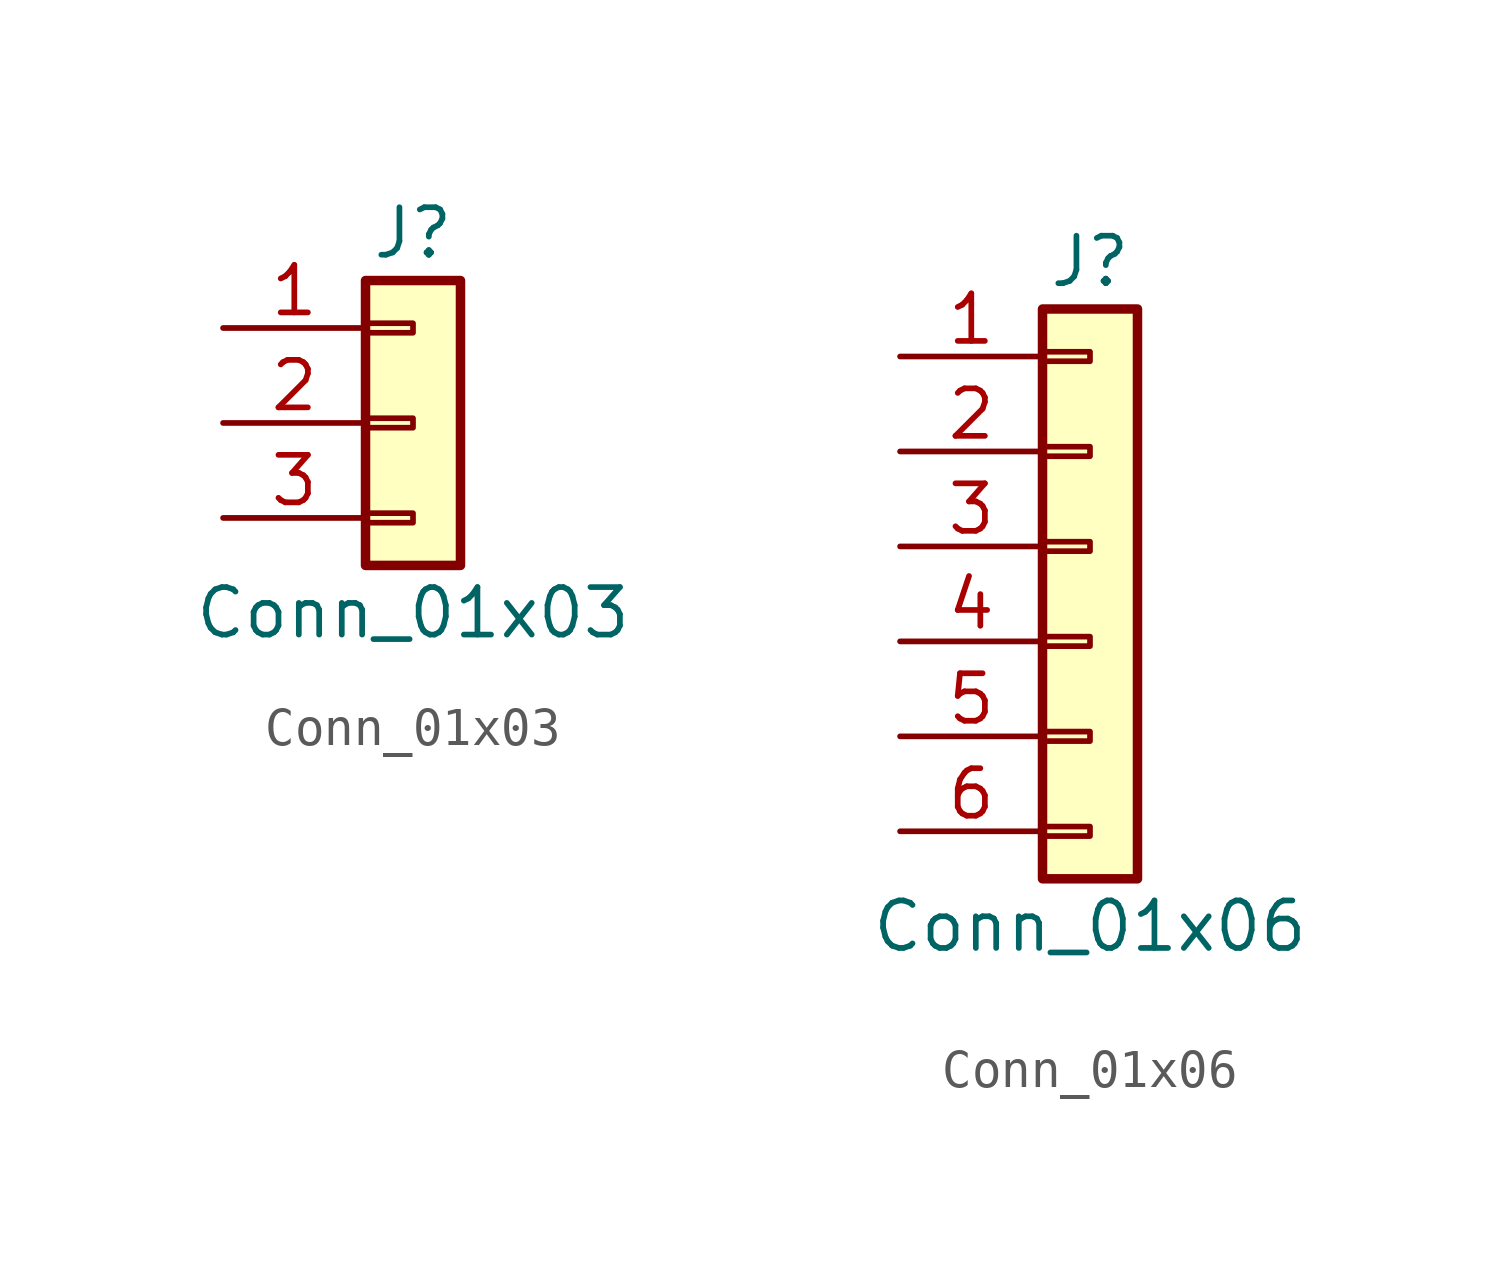
<source format=kicad_sym>
(kicad_symbol_lib
  (version 20231120)
  (generator "kicad_symbol_editor")
  (generator_version "8.0")
  (symbol "Conn_01x03"
    (pin_names
      (offset 1.016) hide)
    (property "Reference" "J"
      (at 0 5.08 0)
      (effects (font (size 1.27 1.27))))
    (property "Value" "Conn_01x03"
      (at 0 -5.08 0)
      (effects (font (size 1.27 1.27))))
    (symbol "Conn_01x03_1_1"
      (rectangle (start -1.27 -2.413) (end 0 -2.667) (stroke (width 0.152) (type solid)) (fill (type none)))
      (rectangle (start -1.27 0.127) (end 0 -0.127) (stroke (width 0.152) (type solid)) (fill (type none)))
      (rectangle (start -1.27 2.667) (end 0 2.413) (stroke (width 0.152) (type solid)) (fill (type none)))
      (rectangle (start -1.27 3.81) (end 1.27 -3.81) (stroke (width 0.254) (type solid)) (fill (type background)))
      (pin passive line (at -5.08 2.54 0) (length 3.81) (name "Pin_1" (effects (font (size 1.27 1.27)))) (number "1" (effects (font (size 1.27 1.27)))))
      (pin passive line (at -5.08 0 0) (length 3.81) (name "Pin_2" (effects (font (size 1.27 1.27)))) (number "2" (effects (font (size 1.27 1.27)))))
      (pin passive line (at -5.08 -2.54 0) (length 3.81) (name "Pin_3" (effects (font (size 1.27 1.27)))) (number "3" (effects (font (size 1.27 1.27)))))))
  (symbol "Conn_01x06"
    (pin_names
      (offset 1.016) hide)
    (property "Reference" "J"
      (at 0 7.62 0)
      (effects (font (size 1.27 1.27))))
    (property "Value" "Conn_01x06"
      (at 0 -10.16 0)
      (effects (font (size 1.27 1.27))))
    (symbol "Conn_01x06_1_1"
      (rectangle (start -1.27 -7.493) (end 0 -7.747) (stroke (width 0.152) (type solid)) (fill (type none)))
      (rectangle (start -1.27 -4.953) (end 0 -5.207) (stroke (width 0.152) (type solid)) (fill (type none)))
      (rectangle (start -1.27 -2.413) (end 0 -2.667) (stroke (width 0.152) (type solid)) (fill (type none)))
      (rectangle (start -1.27 0.127) (end 0 -0.127) (stroke (width 0.152) (type solid)) (fill (type none)))
      (rectangle (start -1.27 2.667) (end 0 2.413) (stroke (width 0.152) (type solid)) (fill (type none)))
      (rectangle (start -1.27 5.207) (end 0 4.953) (stroke (width 0.152) (type solid)) (fill (type none)))
      (rectangle (start -1.27 6.35) (end 1.27 -8.89) (stroke (width 0.254) (type solid)) (fill (type background)))
      (pin passive line (at -5.08 5.08 0) (length 3.81) (name "Pin_1" (effects (font (size 1.27 1.27)))) (number "1" (effects (font (size 1.27 1.27)))))
      (pin passive line (at -5.08 2.54 0) (length 3.81) (name "Pin_2" (effects (font (size 1.27 1.27)))) (number "2" (effects (font (size 1.27 1.27)))))
      (pin passive line (at -5.08 0 0) (length 3.81) (name "Pin_3" (effects (font (size 1.27 1.27)))) (number "3" (effects (font (size 1.27 1.27)))))
      (pin passive line (at -5.08 -2.54 0) (length 3.81) (name "Pin_4" (effects (font (size 1.27 1.27)))) (number "4" (effects (font (size 1.27 1.27)))))
      (pin passive line (at -5.08 -5.08 0) (length 3.81) (name "Pin_5" (effects (font (size 1.27 1.27)))) (number "5" (effects (font (size 1.27 1.27)))))
      (pin passive line (at -5.08 -7.62 0) (length 3.81) (name "Pin_6" (effects (font (size 1.27 1.27)))) (number "6" (effects (font (size 1.27 1.27))))))))
</source>
